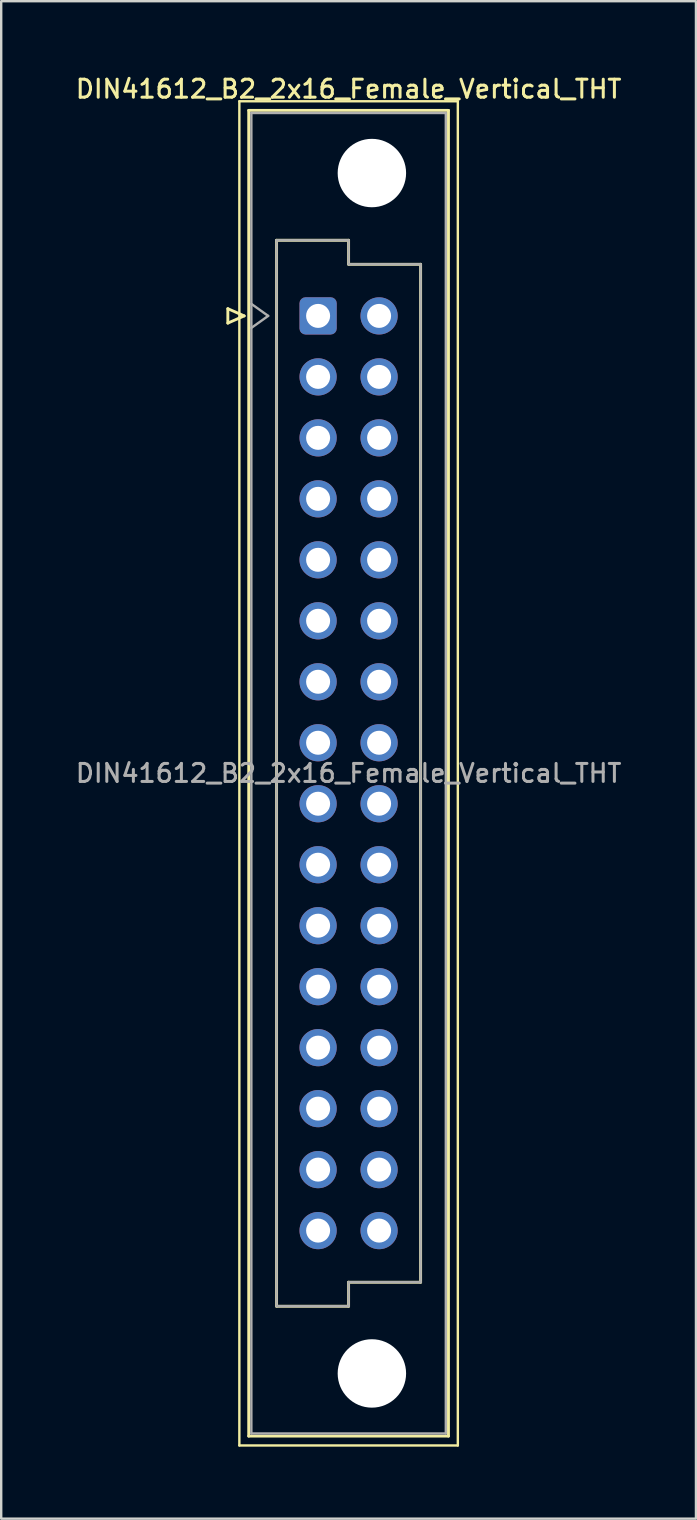
<source format=kicad_pcb>
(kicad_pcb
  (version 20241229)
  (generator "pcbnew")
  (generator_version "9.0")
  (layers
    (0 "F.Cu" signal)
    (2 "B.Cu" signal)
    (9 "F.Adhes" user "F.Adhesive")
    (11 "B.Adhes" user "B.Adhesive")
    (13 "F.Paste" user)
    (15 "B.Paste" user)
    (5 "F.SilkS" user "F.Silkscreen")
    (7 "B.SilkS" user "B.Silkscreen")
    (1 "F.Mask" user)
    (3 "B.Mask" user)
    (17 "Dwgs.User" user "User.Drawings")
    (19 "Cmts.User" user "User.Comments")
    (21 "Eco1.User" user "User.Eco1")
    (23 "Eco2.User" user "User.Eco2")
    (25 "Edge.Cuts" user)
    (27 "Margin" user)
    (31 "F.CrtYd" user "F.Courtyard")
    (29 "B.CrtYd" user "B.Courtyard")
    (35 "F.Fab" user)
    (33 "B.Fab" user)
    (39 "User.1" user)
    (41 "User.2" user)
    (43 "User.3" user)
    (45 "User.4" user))
  (footprint "DIN41612_B2_2x16_Female_Vertical_THT"
    (layer "F.Cu")
    (at 10.2 10.108)
    (property "Reference" "DIN41612_B2_2x16_Female_Vertical_THT" (at 1.27 -9.45 0) (layer "F.SilkS") (effects (font (size 0.75 0.75) (thickness 0.125))))
    (attr through_hole)
    (fp_line (start -3.76 -0.3) (end -3.76 0.3) (stroke (width 0.12) (type solid)) (layer "F.SilkS"))
    (fp_line (start -3.76 0.3) (end -3.08 0) (stroke (width 0.12) (type solid)) (layer "F.SilkS"))
    (fp_line (start -3.28 -8.94) (end 5.82 -8.94) (stroke (width 0.1) (type solid)) (layer "F.SilkS"))
    (fp_line (start -3.28 47.05) (end -3.28 -8.94) (stroke (width 0.1) (type solid)) (layer "F.SilkS"))
    (fp_line (start -3.08 0) (end -3.76 -0.3) (stroke (width 0.12) (type solid)) (layer "F.SilkS"))
    (fp_line (start -2.89 -8.56) (end 5.43 -8.56) (stroke (width 0.12) (type solid)) (layer "F.SilkS"))
    (fp_line (start -2.89 46.66) (end -2.89 -8.56) (stroke (width 0.12) (type solid)) (layer "F.SilkS"))
    (fp_line (start -1.73 -3.15) (end 1.27 -3.15) (stroke (width 0.12) (type solid)) (layer "F.SilkS"))
    (fp_line (start -1.73 41.25) (end -1.73 -3.15) (stroke (width 0.12) (type solid)) (layer "F.SilkS"))
    (fp_line (start 1.27 -3.15) (end 1.27 -2.15) (stroke (width 0.12) (type solid)) (layer "F.SilkS"))
    (fp_line (start 1.27 -2.15) (end 4.27 -2.15) (stroke (width 0.12) (type solid)) (layer "F.SilkS"))
    (fp_line (start 1.27 40.25) (end 1.27 41.25) (stroke (width 0.12) (type solid)) (layer "F.SilkS"))
    (fp_line (start 1.27 41.25) (end -1.73 41.25) (stroke (width 0.12) (type solid)) (layer "F.SilkS"))
    (fp_line (start 4.27 -2.15) (end 4.27 40.25) (stroke (width 0.12) (type solid)) (layer "F.SilkS"))
    (fp_line (start 4.27 40.25) (end 1.27 40.25) (stroke (width 0.12) (type solid)) (layer "F.SilkS"))
    (fp_line (start 5.43 -8.56) (end 5.43 46.66) (stroke (width 0.12) (type solid)) (layer "F.SilkS"))
    (fp_line (start 5.43 46.66) (end -2.89 46.66) (stroke (width 0.12) (type solid)) (layer "F.SilkS"))
    (fp_line (start 5.82 -8.94) (end 5.82 47.05) (stroke (width 0.1) (type solid)) (layer "F.SilkS"))
    (fp_line (start 5.82 47.05) (end -3.28 47.05) (stroke (width 0.1) (type solid)) (layer "F.SilkS"))
    (fp_line (start -2.78 -8.45) (end 5.32 -8.45) (stroke (width 0.1) (type solid)) (layer "F.Fab"))
    (fp_line (start -2.78 -0.5) (end -2.08 0) (stroke (width 0.1) (type solid)) (layer "F.Fab"))
    (fp_line (start -2.78 46.55) (end -2.78 -8.45) (stroke (width 0.1) (type solid)) (layer "F.Fab"))
    (fp_line (start -2.08 0) (end -2.78 0.5) (stroke (width 0.1) (type solid)) (layer "F.Fab"))
    (fp_line (start -1.73 -3.15) (end 1.27 -3.15) (stroke (width 0.1) (type solid)) (layer "F.Fab"))
    (fp_line (start -1.73 41.25) (end -1.73 -3.15) (stroke (width 0.1) (type solid)) (layer "F.Fab"))
    (fp_line (start 1.27 -3.15) (end 1.27 -2.15) (stroke (width 0.1) (type solid)) (layer "F.Fab"))
    (fp_line (start 1.27 -2.15) (end 4.27 -2.15) (stroke (width 0.1) (type solid)) (layer "F.Fab"))
    (fp_line (start 1.27 40.25) (end 1.27 41.25) (stroke (width 0.1) (type solid)) (layer "F.Fab"))
    (fp_line (start 1.27 41.25) (end -1.73 41.25) (stroke (width 0.1) (type solid)) (layer "F.Fab"))
    (fp_line (start 4.27 -2.15) (end 4.27 40.25) (stroke (width 0.1) (type solid)) (layer "F.Fab"))
    (fp_line (start 4.27 40.25) (end 1.27 40.25) (stroke (width 0.1) (type solid)) (layer "F.Fab"))
    (fp_line (start 5.32 -8.45) (end 5.32 46.55) (stroke (width 0.1) (type solid)) (layer "F.Fab"))
    (fp_line (start 5.32 46.55) (end -2.78 46.55) (stroke (width 0.1) (type solid)) (layer "F.Fab"))
    (fp_text user "${REFERENCE}" (at 1.27 19.05 0) (layer "F.Fab") (effects (font (size 0.75 0.75) (thickness 0.125))))
    (pad "" np_thru_hole circle (at 2.24 -5.95) (size 2.85 2.85) (drill 2.85) (layers "*.Cu" "*.Mask"))
    (pad "" np_thru_hole circle (at 2.24 44.05) (size 2.85 2.85) (drill 2.85) (layers "*.Cu" "*.Mask"))
    (pad "a1" thru_hole roundrect (at 0 0) (size 1.55 1.55) (drill 1) (layers "*.Cu" "*.Mask") (roundrect_rratio 0.161))
    (pad "a2" thru_hole circle (at 0 2.54) (size 1.55 1.55) (drill 1) (layers "*.Cu" "*.Mask"))
    (pad "a3" thru_hole circle (at 0 5.08) (size 1.55 1.55) (drill 1) (layers "*.Cu" "*.Mask"))
    (pad "a4" thru_hole circle (at 0 7.62) (size 1.55 1.55) (drill 1) (layers "*.Cu" "*.Mask"))
    (pad "a5" thru_hole circle (at 0 10.16) (size 1.55 1.55) (drill 1) (layers "*.Cu" "*.Mask"))
    (pad "a6" thru_hole circle (at 0 12.7) (size 1.55 1.55) (drill 1) (layers "*.Cu" "*.Mask"))
    (pad "a7" thru_hole circle (at 0 15.24) (size 1.55 1.55) (drill 1) (layers "*.Cu" "*.Mask"))
    (pad "a8" thru_hole circle (at 0 17.78) (size 1.55 1.55) (drill 1) (layers "*.Cu" "*.Mask"))
    (pad "a9" thru_hole circle (at 0 20.32) (size 1.55 1.55) (drill 1) (layers "*.Cu" "*.Mask"))
    (pad "a10" thru_hole circle (at 0 22.86) (size 1.55 1.55) (drill 1) (layers "*.Cu" "*.Mask"))
    (pad "a11" thru_hole circle (at 0 25.4) (size 1.55 1.55) (drill 1) (layers "*.Cu" "*.Mask"))
    (pad "a12" thru_hole circle (at 0 27.94) (size 1.55 1.55) (drill 1) (layers "*.Cu" "*.Mask"))
    (pad "a13" thru_hole circle (at 0 30.48) (size 1.55 1.55) (drill 1) (layers "*.Cu" "*.Mask"))
    (pad "a14" thru_hole circle (at 0 33.02) (size 1.55 1.55) (drill 1) (layers "*.Cu" "*.Mask"))
    (pad "a15" thru_hole circle (at 0 35.56) (size 1.55 1.55) (drill 1) (layers "*.Cu" "*.Mask"))
    (pad "a16" thru_hole circle (at 0 38.1) (size 1.55 1.55) (drill 1) (layers "*.Cu" "*.Mask"))
    (pad "b1" thru_hole circle (at 2.54 0) (size 1.55 1.55) (drill 1) (layers "*.Cu" "*.Mask"))
    (pad "b2" thru_hole circle (at 2.54 2.54) (size 1.55 1.55) (drill 1) (layers "*.Cu" "*.Mask"))
    (pad "b3" thru_hole circle (at 2.54 5.08) (size 1.55 1.55) (drill 1) (layers "*.Cu" "*.Mask"))
    (pad "b4" thru_hole circle (at 2.54 7.62) (size 1.55 1.55) (drill 1) (layers "*.Cu" "*.Mask"))
    (pad "b5" thru_hole circle (at 2.54 10.16) (size 1.55 1.55) (drill 1) (layers "*.Cu" "*.Mask"))
    (pad "b6" thru_hole circle (at 2.54 12.7) (size 1.55 1.55) (drill 1) (layers "*.Cu" "*.Mask"))
    (pad "b7" thru_hole circle (at 2.54 15.24) (size 1.55 1.55) (drill 1) (layers "*.Cu" "*.Mask"))
    (pad "b8" thru_hole circle (at 2.54 17.78) (size 1.55 1.55) (drill 1) (layers "*.Cu" "*.Mask"))
    (pad "b9" thru_hole circle (at 2.54 20.32) (size 1.55 1.55) (drill 1) (layers "*.Cu" "*.Mask"))
    (pad "b10" thru_hole circle (at 2.54 22.86) (size 1.55 1.55) (drill 1) (layers "*.Cu" "*.Mask"))
    (pad "b11" thru_hole circle (at 2.54 25.4) (size 1.55 1.55) (drill 1) (layers "*.Cu" "*.Mask"))
    (pad "b12" thru_hole circle (at 2.54 27.94) (size 1.55 1.55) (drill 1) (layers "*.Cu" "*.Mask"))
    (pad "b13" thru_hole circle (at 2.54 30.48) (size 1.55 1.55) (drill 1) (layers "*.Cu" "*.Mask"))
    (pad "b14" thru_hole circle (at 2.54 33.02) (size 1.55 1.55) (drill 1) (layers "*.Cu" "*.Mask"))
    (pad "b15" thru_hole circle (at 2.54 35.56) (size 1.55 1.55) (drill 1) (layers "*.Cu" "*.Mask"))
    (pad "b16" thru_hole circle (at 2.54 38.1) (size 1.55 1.55) (drill 1) (layers "*.Cu" "*.Mask")))
  (gr_rect
    (start -3 -3)
    (end 25.939 60.208)
    (stroke (width 0.1) (type default))
    (fill no)
    (layer "Edge.Cuts")))
</source>
